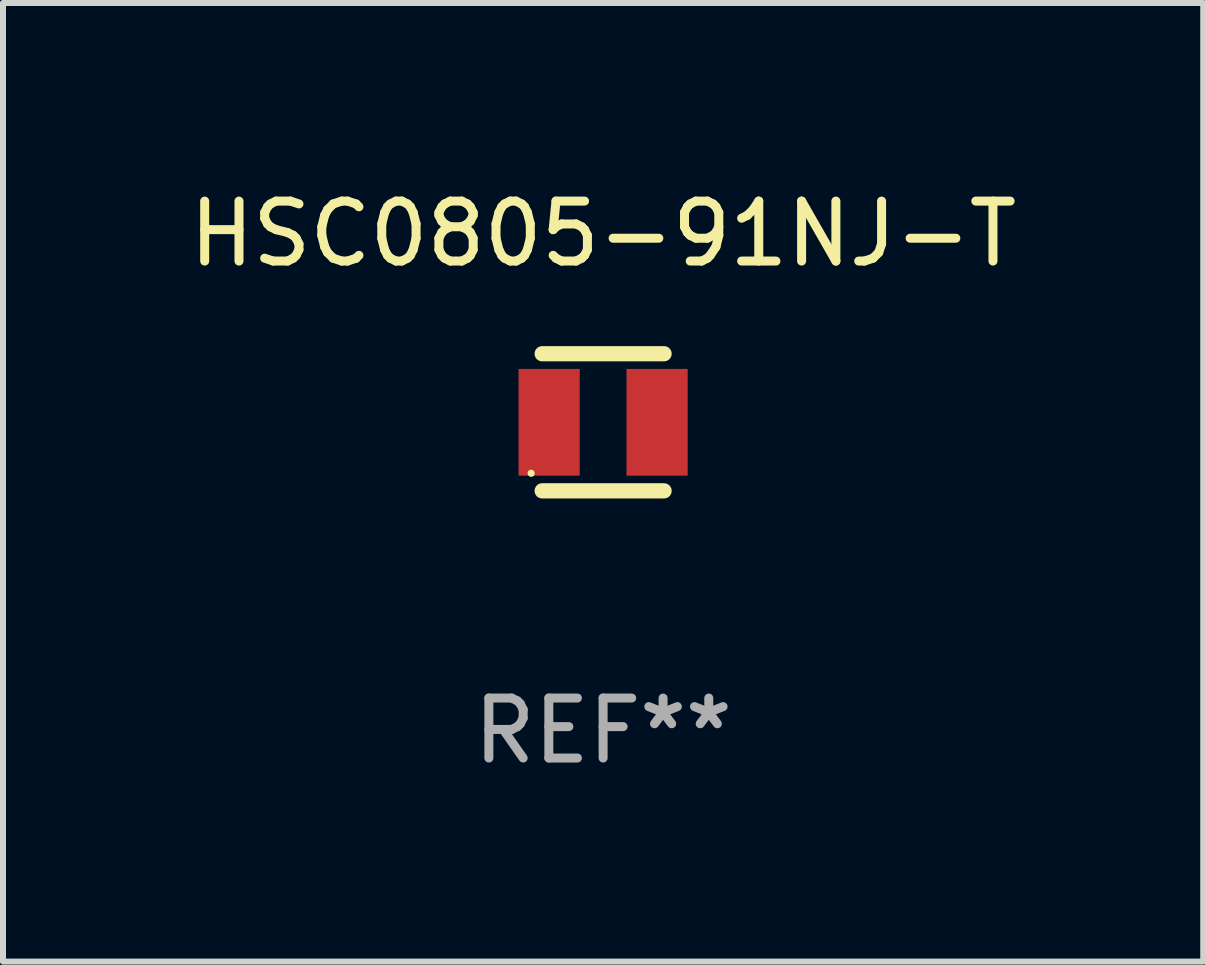
<source format=kicad_pcb>
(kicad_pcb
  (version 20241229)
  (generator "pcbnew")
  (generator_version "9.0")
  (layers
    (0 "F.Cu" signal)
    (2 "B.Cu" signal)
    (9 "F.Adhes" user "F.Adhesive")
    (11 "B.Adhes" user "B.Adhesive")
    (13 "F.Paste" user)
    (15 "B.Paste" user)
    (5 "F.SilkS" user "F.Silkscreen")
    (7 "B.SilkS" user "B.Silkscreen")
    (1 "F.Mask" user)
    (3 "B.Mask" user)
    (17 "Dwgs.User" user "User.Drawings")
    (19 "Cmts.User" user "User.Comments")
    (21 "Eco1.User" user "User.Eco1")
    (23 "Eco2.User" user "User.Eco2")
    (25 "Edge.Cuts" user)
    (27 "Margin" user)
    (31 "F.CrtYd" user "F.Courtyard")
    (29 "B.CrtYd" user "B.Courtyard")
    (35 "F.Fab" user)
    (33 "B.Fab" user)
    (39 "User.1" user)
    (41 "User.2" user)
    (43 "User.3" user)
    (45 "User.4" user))
  (footprint "HSC0805-91NJ-T"
    (layer "F.Cu")
    (at 7.006 3.991)
    (property "Reference" "HSC0805-91NJ-T" (at 0 -3.143 0) (layer "F.SilkS") (effects (font (size 1 1) (thickness 0.15))))
    (attr through_hole)
    (fp_line (start -1.016 -1.143) (end 1.016 -1.143) (stroke (width 0.254) (type solid)) (layer "F.SilkS"))
    (fp_line (start -1.016 1.143) (end 1.016 1.143) (stroke (width 0.254) (type solid)) (layer "F.SilkS"))
    (fp_circle (center -1.2 0.85) (end -1.17 0.85) (stroke (width 0.06) (type solid)) (fill no) (layer "F.SilkS"))
    (fp_text user "REF**" (at 0 5.143 0) (layer "F.Fab") (effects (font (size 1 1) (thickness 0.15))))
    (pad "1" smd rect (at -0.9 0) (size 1.02 1.78) (layers "F.Cu" "F.Mask" "F.Paste"))
    (pad "2" smd rect (at 0.9 0) (size 1.02 1.78) (layers "F.Cu" "F.Mask" "F.Paste")))
  (gr_rect
    (start -3 -3)
    (end 17.012 12.983)
    (stroke (width 0.1) (type default))
    (fill no)
    (layer "Edge.Cuts")))
</source>
